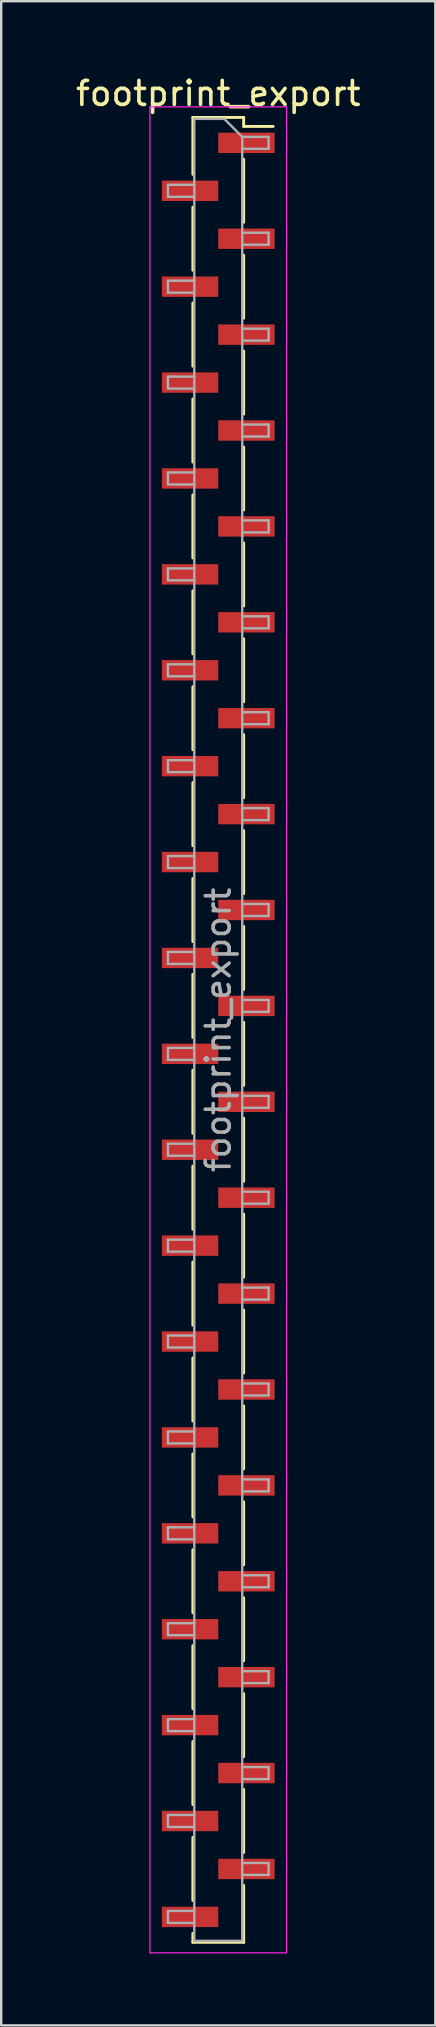
<source format=kicad_pcb>
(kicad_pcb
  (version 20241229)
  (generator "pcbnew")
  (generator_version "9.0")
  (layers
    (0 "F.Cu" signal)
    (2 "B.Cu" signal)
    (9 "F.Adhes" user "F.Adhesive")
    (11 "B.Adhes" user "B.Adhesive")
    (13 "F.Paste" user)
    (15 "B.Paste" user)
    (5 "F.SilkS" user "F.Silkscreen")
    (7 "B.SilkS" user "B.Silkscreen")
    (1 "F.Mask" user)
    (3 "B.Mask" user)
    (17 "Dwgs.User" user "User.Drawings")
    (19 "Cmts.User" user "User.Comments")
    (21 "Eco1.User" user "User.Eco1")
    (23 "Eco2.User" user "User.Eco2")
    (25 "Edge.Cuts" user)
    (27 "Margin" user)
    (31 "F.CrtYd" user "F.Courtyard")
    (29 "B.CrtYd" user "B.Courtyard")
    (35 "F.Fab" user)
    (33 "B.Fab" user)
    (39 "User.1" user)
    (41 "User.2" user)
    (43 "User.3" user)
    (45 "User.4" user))
  (footprint "footprint_export"
    (layer "F.Cu")
    (at 6.054 39.908)
    (property "Reference" "footprint_export" (at 0 -39.06 0) (layer "F.SilkS") (effects (font (size 1 1) (thickness 0.15))))
    (attr smd)
    (fp_line (start -1.06 -38.06) (end -1.06 -35.685) (stroke (width 0.12) (type solid)) (layer "F.SilkS"))
    (fp_line (start -1.06 -38.06) (end 1.06 -38.06) (stroke (width 0.12) (type solid)) (layer "F.SilkS"))
    (fp_line (start -1.06 -34.315) (end -1.06 -31.685) (stroke (width 0.12) (type solid)) (layer "F.SilkS"))
    (fp_line (start -1.06 -30.315) (end -1.06 -27.685) (stroke (width 0.12) (type solid)) (layer "F.SilkS"))
    (fp_line (start -1.06 -26.315) (end -1.06 -23.685) (stroke (width 0.12) (type solid)) (layer "F.SilkS"))
    (fp_line (start -1.06 -22.315) (end -1.06 -19.685) (stroke (width 0.12) (type solid)) (layer "F.SilkS"))
    (fp_line (start -1.06 -18.315) (end -1.06 -15.685) (stroke (width 0.12) (type solid)) (layer "F.SilkS"))
    (fp_line (start -1.06 -14.315) (end -1.06 -11.685) (stroke (width 0.12) (type solid)) (layer "F.SilkS"))
    (fp_line (start -1.06 -10.315) (end -1.06 -7.685) (stroke (width 0.12) (type solid)) (layer "F.SilkS"))
    (fp_line (start -1.06 -6.315) (end -1.06 -3.685) (stroke (width 0.12) (type solid)) (layer "F.SilkS"))
    (fp_line (start -1.06 -2.315) (end -1.06 0.315) (stroke (width 0.12) (type solid)) (layer "F.SilkS"))
    (fp_line (start -1.06 1.685) (end -1.06 4.315) (stroke (width 0.12) (type solid)) (layer "F.SilkS"))
    (fp_line (start -1.06 5.685) (end -1.06 8.315) (stroke (width 0.12) (type solid)) (layer "F.SilkS"))
    (fp_line (start -1.06 9.685) (end -1.06 12.315) (stroke (width 0.12) (type solid)) (layer "F.SilkS"))
    (fp_line (start -1.06 13.685) (end -1.06 16.315) (stroke (width 0.12) (type solid)) (layer "F.SilkS"))
    (fp_line (start -1.06 17.685) (end -1.06 20.315) (stroke (width 0.12) (type solid)) (layer "F.SilkS"))
    (fp_line (start -1.06 21.685) (end -1.06 24.315) (stroke (width 0.12) (type solid)) (layer "F.SilkS"))
    (fp_line (start -1.06 25.685) (end -1.06 28.315) (stroke (width 0.12) (type solid)) (layer "F.SilkS"))
    (fp_line (start -1.06 29.685) (end -1.06 32.315) (stroke (width 0.12) (type solid)) (layer "F.SilkS"))
    (fp_line (start -1.06 33.685) (end -1.06 36.315) (stroke (width 0.12) (type solid)) (layer "F.SilkS"))
    (fp_line (start -1.06 37.685) (end -1.06 38.06) (stroke (width 0.12) (type solid)) (layer "F.SilkS"))
    (fp_line (start -1.06 38.06) (end 1.06 38.06) (stroke (width 0.12) (type solid)) (layer "F.SilkS"))
    (fp_line (start 1.06 -38.06) (end 1.06 -37.685) (stroke (width 0.12) (type solid)) (layer "F.SilkS"))
    (fp_line (start 1.06 -37.685) (end 2.29 -37.685) (stroke (width 0.12) (type solid)) (layer "F.SilkS"))
    (fp_line (start 1.06 -36.315) (end 1.06 -33.685) (stroke (width 0.12) (type solid)) (layer "F.SilkS"))
    (fp_line (start 1.06 -32.315) (end 1.06 -29.685) (stroke (width 0.12) (type solid)) (layer "F.SilkS"))
    (fp_line (start 1.06 -28.315) (end 1.06 -25.685) (stroke (width 0.12) (type solid)) (layer "F.SilkS"))
    (fp_line (start 1.06 -24.315) (end 1.06 -21.685) (stroke (width 0.12) (type solid)) (layer "F.SilkS"))
    (fp_line (start 1.06 -20.315) (end 1.06 -17.685) (stroke (width 0.12) (type solid)) (layer "F.SilkS"))
    (fp_line (start 1.06 -16.315) (end 1.06 -13.685) (stroke (width 0.12) (type solid)) (layer "F.SilkS"))
    (fp_line (start 1.06 -12.315) (end 1.06 -9.685) (stroke (width 0.12) (type solid)) (layer "F.SilkS"))
    (fp_line (start 1.06 -8.315) (end 1.06 -5.685) (stroke (width 0.12) (type solid)) (layer "F.SilkS"))
    (fp_line (start 1.06 -4.315) (end 1.06 -1.685) (stroke (width 0.12) (type solid)) (layer "F.SilkS"))
    (fp_line (start 1.06 -0.315) (end 1.06 2.315) (stroke (width 0.12) (type solid)) (layer "F.SilkS"))
    (fp_line (start 1.06 3.685) (end 1.06 6.315) (stroke (width 0.12) (type solid)) (layer "F.SilkS"))
    (fp_line (start 1.06 7.685) (end 1.06 10.315) (stroke (width 0.12) (type solid)) (layer "F.SilkS"))
    (fp_line (start 1.06 11.685) (end 1.06 14.315) (stroke (width 0.12) (type solid)) (layer "F.SilkS"))
    (fp_line (start 1.06 15.685) (end 1.06 18.315) (stroke (width 0.12) (type solid)) (layer "F.SilkS"))
    (fp_line (start 1.06 19.685) (end 1.06 22.315) (stroke (width 0.12) (type solid)) (layer "F.SilkS"))
    (fp_line (start 1.06 23.685) (end 1.06 26.315) (stroke (width 0.12) (type solid)) (layer "F.SilkS"))
    (fp_line (start 1.06 27.685) (end 1.06 30.315) (stroke (width 0.12) (type solid)) (layer "F.SilkS"))
    (fp_line (start 1.06 31.685) (end 1.06 34.315) (stroke (width 0.12) (type solid)) (layer "F.SilkS"))
    (fp_line (start 1.06 35.685) (end 1.06 38.06) (stroke (width 0.12) (type solid)) (layer "F.SilkS"))
    (fp_line (start -2.85 -38.5) (end -2.85 38.5) (stroke (width 0.05) (type solid)) (layer "F.CrtYd"))
    (fp_line (start -2.85 38.5) (end 2.85 38.5) (stroke (width 0.05) (type solid)) (layer "F.CrtYd"))
    (fp_line (start 2.85 -38.5) (end -2.85 -38.5) (stroke (width 0.05) (type solid)) (layer "F.CrtYd"))
    (fp_line (start 2.85 38.5) (end 2.85 -38.5) (stroke (width 0.05) (type solid)) (layer "F.CrtYd"))
    (fp_line (start -2.1 -35.25) (end -2.1 -34.75) (stroke (width 0.1) (type solid)) (layer "F.Fab"))
    (fp_line (start -2.1 -34.75) (end -1 -34.75) (stroke (width 0.1) (type solid)) (layer "F.Fab"))
    (fp_line (start -2.1 -31.25) (end -2.1 -30.75) (stroke (width 0.1) (type solid)) (layer "F.Fab"))
    (fp_line (start -2.1 -30.75) (end -1 -30.75) (stroke (width 0.1) (type solid)) (layer "F.Fab"))
    (fp_line (start -2.1 -27.25) (end -2.1 -26.75) (stroke (width 0.1) (type solid)) (layer "F.Fab"))
    (fp_line (start -2.1 -26.75) (end -1 -26.75) (stroke (width 0.1) (type solid)) (layer "F.Fab"))
    (fp_line (start -2.1 -23.25) (end -2.1 -22.75) (stroke (width 0.1) (type solid)) (layer "F.Fab"))
    (fp_line (start -2.1 -22.75) (end -1 -22.75) (stroke (width 0.1) (type solid)) (layer "F.Fab"))
    (fp_line (start -2.1 -19.25) (end -2.1 -18.75) (stroke (width 0.1) (type solid)) (layer "F.Fab"))
    (fp_line (start -2.1 -18.75) (end -1 -18.75) (stroke (width 0.1) (type solid)) (layer "F.Fab"))
    (fp_line (start -2.1 -15.25) (end -2.1 -14.75) (stroke (width 0.1) (type solid)) (layer "F.Fab"))
    (fp_line (start -2.1 -14.75) (end -1 -14.75) (stroke (width 0.1) (type solid)) (layer "F.Fab"))
    (fp_line (start -2.1 -11.25) (end -2.1 -10.75) (stroke (width 0.1) (type solid)) (layer "F.Fab"))
    (fp_line (start -2.1 -10.75) (end -1 -10.75) (stroke (width 0.1) (type solid)) (layer "F.Fab"))
    (fp_line (start -2.1 -7.25) (end -2.1 -6.75) (stroke (width 0.1) (type solid)) (layer "F.Fab"))
    (fp_line (start -2.1 -6.75) (end -1 -6.75) (stroke (width 0.1) (type solid)) (layer "F.Fab"))
    (fp_line (start -2.1 -3.25) (end -2.1 -2.75) (stroke (width 0.1) (type solid)) (layer "F.Fab"))
    (fp_line (start -2.1 -2.75) (end -1 -2.75) (stroke (width 0.1) (type solid)) (layer "F.Fab"))
    (fp_line (start -2.1 0.75) (end -2.1 1.25) (stroke (width 0.1) (type solid)) (layer "F.Fab"))
    (fp_line (start -2.1 1.25) (end -1 1.25) (stroke (width 0.1) (type solid)) (layer "F.Fab"))
    (fp_line (start -2.1 4.75) (end -2.1 5.25) (stroke (width 0.1) (type solid)) (layer "F.Fab"))
    (fp_line (start -2.1 5.25) (end -1 5.25) (stroke (width 0.1) (type solid)) (layer "F.Fab"))
    (fp_line (start -2.1 8.75) (end -2.1 9.25) (stroke (width 0.1) (type solid)) (layer "F.Fab"))
    (fp_line (start -2.1 9.25) (end -1 9.25) (stroke (width 0.1) (type solid)) (layer "F.Fab"))
    (fp_line (start -2.1 12.75) (end -2.1 13.25) (stroke (width 0.1) (type solid)) (layer "F.Fab"))
    (fp_line (start -2.1 13.25) (end -1 13.25) (stroke (width 0.1) (type solid)) (layer "F.Fab"))
    (fp_line (start -2.1 16.75) (end -2.1 17.25) (stroke (width 0.1) (type solid)) (layer "F.Fab"))
    (fp_line (start -2.1 17.25) (end -1 17.25) (stroke (width 0.1) (type solid)) (layer "F.Fab"))
    (fp_line (start -2.1 20.75) (end -2.1 21.25) (stroke (width 0.1) (type solid)) (layer "F.Fab"))
    (fp_line (start -2.1 21.25) (end -1 21.25) (stroke (width 0.1) (type solid)) (layer "F.Fab"))
    (fp_line (start -2.1 24.75) (end -2.1 25.25) (stroke (width 0.1) (type solid)) (layer "F.Fab"))
    (fp_line (start -2.1 25.25) (end -1 25.25) (stroke (width 0.1) (type solid)) (layer "F.Fab"))
    (fp_line (start -2.1 28.75) (end -2.1 29.25) (stroke (width 0.1) (type solid)) (layer "F.Fab"))
    (fp_line (start -2.1 29.25) (end -1 29.25) (stroke (width 0.1) (type solid)) (layer "F.Fab"))
    (fp_line (start -2.1 32.75) (end -2.1 33.25) (stroke (width 0.1) (type solid)) (layer "F.Fab"))
    (fp_line (start -2.1 33.25) (end -1 33.25) (stroke (width 0.1) (type solid)) (layer "F.Fab"))
    (fp_line (start -2.1 36.75) (end -2.1 37.25) (stroke (width 0.1) (type solid)) (layer "F.Fab"))
    (fp_line (start -2.1 37.25) (end -1 37.25) (stroke (width 0.1) (type solid)) (layer "F.Fab"))
    (fp_line (start -1 -38) (end -1 38) (stroke (width 0.1) (type solid)) (layer "F.Fab"))
    (fp_line (start -1 -38) (end 0.25 -38) (stroke (width 0.1) (type solid)) (layer "F.Fab"))
    (fp_line (start -1 -35.25) (end -2.1 -35.25) (stroke (width 0.1) (type solid)) (layer "F.Fab"))
    (fp_line (start -1 -31.25) (end -2.1 -31.25) (stroke (width 0.1) (type solid)) (layer "F.Fab"))
    (fp_line (start -1 -27.25) (end -2.1 -27.25) (stroke (width 0.1) (type solid)) (layer "F.Fab"))
    (fp_line (start -1 -23.25) (end -2.1 -23.25) (stroke (width 0.1) (type solid)) (layer "F.Fab"))
    (fp_line (start -1 -19.25) (end -2.1 -19.25) (stroke (width 0.1) (type solid)) (layer "F.Fab"))
    (fp_line (start -1 -15.25) (end -2.1 -15.25) (stroke (width 0.1) (type solid)) (layer "F.Fab"))
    (fp_line (start -1 -11.25) (end -2.1 -11.25) (stroke (width 0.1) (type solid)) (layer "F.Fab"))
    (fp_line (start -1 -7.25) (end -2.1 -7.25) (stroke (width 0.1) (type solid)) (layer "F.Fab"))
    (fp_line (start -1 -3.25) (end -2.1 -3.25) (stroke (width 0.1) (type solid)) (layer "F.Fab"))
    (fp_line (start -1 0.75) (end -2.1 0.75) (stroke (width 0.1) (type solid)) (layer "F.Fab"))
    (fp_line (start -1 4.75) (end -2.1 4.75) (stroke (width 0.1) (type solid)) (layer "F.Fab"))
    (fp_line (start -1 8.75) (end -2.1 8.75) (stroke (width 0.1) (type solid)) (layer "F.Fab"))
    (fp_line (start -1 12.75) (end -2.1 12.75) (stroke (width 0.1) (type solid)) (layer "F.Fab"))
    (fp_line (start -1 16.75) (end -2.1 16.75) (stroke (width 0.1) (type solid)) (layer "F.Fab"))
    (fp_line (start -1 20.75) (end -2.1 20.75) (stroke (width 0.1) (type solid)) (layer "F.Fab"))
    (fp_line (start -1 24.75) (end -2.1 24.75) (stroke (width 0.1) (type solid)) (layer "F.Fab"))
    (fp_line (start -1 28.75) (end -2.1 28.75) (stroke (width 0.1) (type solid)) (layer "F.Fab"))
    (fp_line (start -1 32.75) (end -2.1 32.75) (stroke (width 0.1) (type solid)) (layer "F.Fab"))
    (fp_line (start -1 36.75) (end -2.1 36.75) (stroke (width 0.1) (type solid)) (layer "F.Fab"))
    (fp_line (start 1 -37.25) (end 0.25 -38) (stroke (width 0.1) (type solid)) (layer "F.Fab"))
    (fp_line (start 1 -37.25) (end 2.1 -37.25) (stroke (width 0.1) (type solid)) (layer "F.Fab"))
    (fp_line (start 1 -33.25) (end 2.1 -33.25) (stroke (width 0.1) (type solid)) (layer "F.Fab"))
    (fp_line (start 1 -29.25) (end 2.1 -29.25) (stroke (width 0.1) (type solid)) (layer "F.Fab"))
    (fp_line (start 1 -25.25) (end 2.1 -25.25) (stroke (width 0.1) (type solid)) (layer "F.Fab"))
    (fp_line (start 1 -21.25) (end 2.1 -21.25) (stroke (width 0.1) (type solid)) (layer "F.Fab"))
    (fp_line (start 1 -17.25) (end 2.1 -17.25) (stroke (width 0.1) (type solid)) (layer "F.Fab"))
    (fp_line (start 1 -13.25) (end 2.1 -13.25) (stroke (width 0.1) (type solid)) (layer "F.Fab"))
    (fp_line (start 1 -9.25) (end 2.1 -9.25) (stroke (width 0.1) (type solid)) (layer "F.Fab"))
    (fp_line (start 1 -5.25) (end 2.1 -5.25) (stroke (width 0.1) (type solid)) (layer "F.Fab"))
    (fp_line (start 1 -1.25) (end 2.1 -1.25) (stroke (width 0.1) (type solid)) (layer "F.Fab"))
    (fp_line (start 1 2.75) (end 2.1 2.75) (stroke (width 0.1) (type solid)) (layer "F.Fab"))
    (fp_line (start 1 6.75) (end 2.1 6.75) (stroke (width 0.1) (type solid)) (layer "F.Fab"))
    (fp_line (start 1 10.75) (end 2.1 10.75) (stroke (width 0.1) (type solid)) (layer "F.Fab"))
    (fp_line (start 1 14.75) (end 2.1 14.75) (stroke (width 0.1) (type solid)) (layer "F.Fab"))
    (fp_line (start 1 18.75) (end 2.1 18.75) (stroke (width 0.1) (type solid)) (layer "F.Fab"))
    (fp_line (start 1 22.75) (end 2.1 22.75) (stroke (width 0.1) (type solid)) (layer "F.Fab"))
    (fp_line (start 1 26.75) (end 2.1 26.75) (stroke (width 0.1) (type solid)) (layer "F.Fab"))
    (fp_line (start 1 30.75) (end 2.1 30.75) (stroke (width 0.1) (type solid)) (layer "F.Fab"))
    (fp_line (start 1 34.75) (end 2.1 34.75) (stroke (width 0.1) (type solid)) (layer "F.Fab"))
    (fp_line (start 1 38) (end -1 38) (stroke (width 0.1) (type solid)) (layer "F.Fab"))
    (fp_line (start 1 38) (end 1 -37.25) (stroke (width 0.1) (type solid)) (layer "F.Fab"))
    (fp_line (start 2.1 -37.25) (end 2.1 -36.75) (stroke (width 0.1) (type solid)) (layer "F.Fab"))
    (fp_line (start 2.1 -36.75) (end 1 -36.75) (stroke (width 0.1) (type solid)) (layer "F.Fab"))
    (fp_line (start 2.1 -33.25) (end 2.1 -32.75) (stroke (width 0.1) (type solid)) (layer "F.Fab"))
    (fp_line (start 2.1 -32.75) (end 1 -32.75) (stroke (width 0.1) (type solid)) (layer "F.Fab"))
    (fp_line (start 2.1 -29.25) (end 2.1 -28.75) (stroke (width 0.1) (type solid)) (layer "F.Fab"))
    (fp_line (start 2.1 -28.75) (end 1 -28.75) (stroke (width 0.1) (type solid)) (layer "F.Fab"))
    (fp_line (start 2.1 -25.25) (end 2.1 -24.75) (stroke (width 0.1) (type solid)) (layer "F.Fab"))
    (fp_line (start 2.1 -24.75) (end 1 -24.75) (stroke (width 0.1) (type solid)) (layer "F.Fab"))
    (fp_line (start 2.1 -21.25) (end 2.1 -20.75) (stroke (width 0.1) (type solid)) (layer "F.Fab"))
    (fp_line (start 2.1 -20.75) (end 1 -20.75) (stroke (width 0.1) (type solid)) (layer "F.Fab"))
    (fp_line (start 2.1 -17.25) (end 2.1 -16.75) (stroke (width 0.1) (type solid)) (layer "F.Fab"))
    (fp_line (start 2.1 -16.75) (end 1 -16.75) (stroke (width 0.1) (type solid)) (layer "F.Fab"))
    (fp_line (start 2.1 -13.25) (end 2.1 -12.75) (stroke (width 0.1) (type solid)) (layer "F.Fab"))
    (fp_line (start 2.1 -12.75) (end 1 -12.75) (stroke (width 0.1) (type solid)) (layer "F.Fab"))
    (fp_line (start 2.1 -9.25) (end 2.1 -8.75) (stroke (width 0.1) (type solid)) (layer "F.Fab"))
    (fp_line (start 2.1 -8.75) (end 1 -8.75) (stroke (width 0.1) (type solid)) (layer "F.Fab"))
    (fp_line (start 2.1 -5.25) (end 2.1 -4.75) (stroke (width 0.1) (type solid)) (layer "F.Fab"))
    (fp_line (start 2.1 -4.75) (end 1 -4.75) (stroke (width 0.1) (type solid)) (layer "F.Fab"))
    (fp_line (start 2.1 -1.25) (end 2.1 -0.75) (stroke (width 0.1) (type solid)) (layer "F.Fab"))
    (fp_line (start 2.1 -0.75) (end 1 -0.75) (stroke (width 0.1) (type solid)) (layer "F.Fab"))
    (fp_line (start 2.1 2.75) (end 2.1 3.25) (stroke (width 0.1) (type solid)) (layer "F.Fab"))
    (fp_line (start 2.1 3.25) (end 1 3.25) (stroke (width 0.1) (type solid)) (layer "F.Fab"))
    (fp_line (start 2.1 6.75) (end 2.1 7.25) (stroke (width 0.1) (type solid)) (layer "F.Fab"))
    (fp_line (start 2.1 7.25) (end 1 7.25) (stroke (width 0.1) (type solid)) (layer "F.Fab"))
    (fp_line (start 2.1 10.75) (end 2.1 11.25) (stroke (width 0.1) (type solid)) (layer "F.Fab"))
    (fp_line (start 2.1 11.25) (end 1 11.25) (stroke (width 0.1) (type solid)) (layer "F.Fab"))
    (fp_line (start 2.1 14.75) (end 2.1 15.25) (stroke (width 0.1) (type solid)) (layer "F.Fab"))
    (fp_line (start 2.1 15.25) (end 1 15.25) (stroke (width 0.1) (type solid)) (layer "F.Fab"))
    (fp_line (start 2.1 18.75) (end 2.1 19.25) (stroke (width 0.1) (type solid)) (layer "F.Fab"))
    (fp_line (start 2.1 19.25) (end 1 19.25) (stroke (width 0.1) (type solid)) (layer "F.Fab"))
    (fp_line (start 2.1 22.75) (end 2.1 23.25) (stroke (width 0.1) (type solid)) (layer "F.Fab"))
    (fp_line (start 2.1 23.25) (end 1 23.25) (stroke (width 0.1) (type solid)) (layer "F.Fab"))
    (fp_line (start 2.1 26.75) (end 2.1 27.25) (stroke (width 0.1) (type solid)) (layer "F.Fab"))
    (fp_line (start 2.1 27.25) (end 1 27.25) (stroke (width 0.1) (type solid)) (layer "F.Fab"))
    (fp_line (start 2.1 30.75) (end 2.1 31.25) (stroke (width 0.1) (type solid)) (layer "F.Fab"))
    (fp_line (start 2.1 31.25) (end 1 31.25) (stroke (width 0.1) (type solid)) (layer "F.Fab"))
    (fp_line (start 2.1 34.75) (end 2.1 35.25) (stroke (width 0.1) (type solid)) (layer "F.Fab"))
    (fp_line (start 2.1 35.25) (end 1 35.25) (stroke (width 0.1) (type solid)) (layer "F.Fab"))
    (fp_text user "${REFERENCE}" (at 0 0 90) (layer "F.Fab") (effects (font (size 1 1) (thickness 0.15))))
    (pad "1" smd rect (at 1.175 -37) (size 2.35 0.85) (layers "F.Cu" "F.Mask" "F.Paste"))
    (pad "2" smd rect (at -1.175 -35) (size 2.35 0.85) (layers "F.Cu" "F.Mask" "F.Paste"))
    (pad "3" smd rect (at 1.175 -33) (size 2.35 0.85) (layers "F.Cu" "F.Mask" "F.Paste"))
    (pad "4" smd rect (at -1.175 -31) (size 2.35 0.85) (layers "F.Cu" "F.Mask" "F.Paste"))
    (pad "5" smd rect (at 1.175 -29) (size 2.35 0.85) (layers "F.Cu" "F.Mask" "F.Paste"))
    (pad "6" smd rect (at -1.175 -27) (size 2.35 0.85) (layers "F.Cu" "F.Mask" "F.Paste"))
    (pad "7" smd rect (at 1.175 -25) (size 2.35 0.85) (layers "F.Cu" "F.Mask" "F.Paste"))
    (pad "8" smd rect (at -1.175 -23) (size 2.35 0.85) (layers "F.Cu" "F.Mask" "F.Paste"))
    (pad "9" smd rect (at 1.175 -21) (size 2.35 0.85) (layers "F.Cu" "F.Mask" "F.Paste"))
    (pad "10" smd rect (at -1.175 -19) (size 2.35 0.85) (layers "F.Cu" "F.Mask" "F.Paste"))
    (pad "11" smd rect (at 1.175 -17) (size 2.35 0.85) (layers "F.Cu" "F.Mask" "F.Paste"))
    (pad "12" smd rect (at -1.175 -15) (size 2.35 0.85) (layers "F.Cu" "F.Mask" "F.Paste"))
    (pad "13" smd rect (at 1.175 -13) (size 2.35 0.85) (layers "F.Cu" "F.Mask" "F.Paste"))
    (pad "14" smd rect (at -1.175 -11) (size 2.35 0.85) (layers "F.Cu" "F.Mask" "F.Paste"))
    (pad "15" smd rect (at 1.175 -9) (size 2.35 0.85) (layers "F.Cu" "F.Mask" "F.Paste"))
    (pad "16" smd rect (at -1.175 -7) (size 2.35 0.85) (layers "F.Cu" "F.Mask" "F.Paste"))
    (pad "17" smd rect (at 1.175 -5) (size 2.35 0.85) (layers "F.Cu" "F.Mask" "F.Paste"))
    (pad "18" smd rect (at -1.175 -3) (size 2.35 0.85) (layers "F.Cu" "F.Mask" "F.Paste"))
    (pad "19" smd rect (at 1.175 -1) (size 2.35 0.85) (layers "F.Cu" "F.Mask" "F.Paste"))
    (pad "20" smd rect (at -1.175 1) (size 2.35 0.85) (layers "F.Cu" "F.Mask" "F.Paste"))
    (pad "21" smd rect (at 1.175 3) (size 2.35 0.85) (layers "F.Cu" "F.Mask" "F.Paste"))
    (pad "22" smd rect (at -1.175 5) (size 2.35 0.85) (layers "F.Cu" "F.Mask" "F.Paste"))
    (pad "23" smd rect (at 1.175 7) (size 2.35 0.85) (layers "F.Cu" "F.Mask" "F.Paste"))
    (pad "24" smd rect (at -1.175 9) (size 2.35 0.85) (layers "F.Cu" "F.Mask" "F.Paste"))
    (pad "25" smd rect (at 1.175 11) (size 2.35 0.85) (layers "F.Cu" "F.Mask" "F.Paste"))
    (pad "26" smd rect (at -1.175 13) (size 2.35 0.85) (layers "F.Cu" "F.Mask" "F.Paste"))
    (pad "27" smd rect (at 1.175 15) (size 2.35 0.85) (layers "F.Cu" "F.Mask" "F.Paste"))
    (pad "28" smd rect (at -1.175 17) (size 2.35 0.85) (layers "F.Cu" "F.Mask" "F.Paste"))
    (pad "29" smd rect (at 1.175 19) (size 2.35 0.85) (layers "F.Cu" "F.Mask" "F.Paste"))
    (pad "30" smd rect (at -1.175 21) (size 2.35 0.85) (layers "F.Cu" "F.Mask" "F.Paste"))
    (pad "31" smd rect (at 1.175 23) (size 2.35 0.85) (layers "F.Cu" "F.Mask" "F.Paste"))
    (pad "32" smd rect (at -1.175 25) (size 2.35 0.85) (layers "F.Cu" "F.Mask" "F.Paste"))
    (pad "33" smd rect (at 1.175 27) (size 2.35 0.85) (layers "F.Cu" "F.Mask" "F.Paste"))
    (pad "34" smd rect (at -1.175 29) (size 2.35 0.85) (layers "F.Cu" "F.Mask" "F.Paste"))
    (pad "35" smd rect (at 1.175 31) (size 2.35 0.85) (layers "F.Cu" "F.Mask" "F.Paste"))
    (pad "36" smd rect (at -1.175 33) (size 2.35 0.85) (layers "F.Cu" "F.Mask" "F.Paste"))
    (pad "37" smd rect (at 1.175 35) (size 2.35 0.85) (layers "F.Cu" "F.Mask" "F.Paste"))
    (pad "38" smd rect (at -1.175 37) (size 2.35 0.85) (layers "F.Cu" "F.Mask" "F.Paste")))
  (gr_rect
    (start -3 -3)
    (end 15.107 81.433)
    (stroke (width 0.1) (type default))
    (fill no)
    (layer "Edge.Cuts")))
</source>
